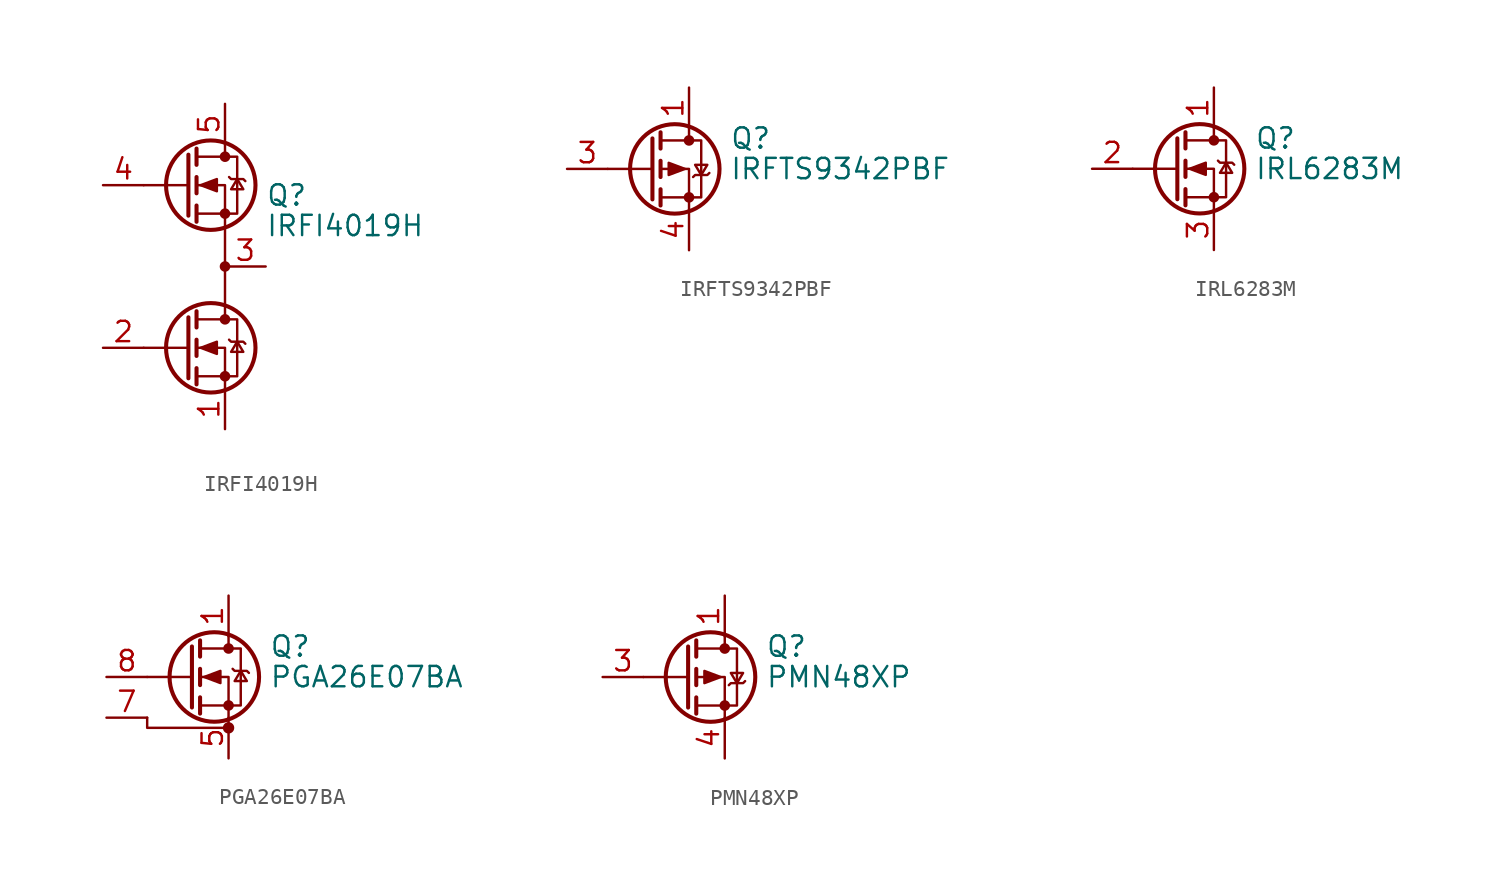
<source format=kicad_sym>
(kicad_symbol_lib
  (version 20241209)
  (generator "kicad_symbol_editor")
  (generator_version "9.0")
  (symbol "IRFI4019H"
    (pin_names
      (hide yes))
    (property "Reference" "Q"
      (at 5.08 4.445 0)
      (effects (font (size 1.27 1.27)) (justify left)))
    (property "Value" "IRFI4019H"
      (at 5.08 2.54 0)
      (effects (font (size 1.27 1.27)) (justify left)))
    (symbol "IRFI4019H_0_1"
      (polyline (pts (xy 0.254 6.985) (xy 0.254 3.175)) (stroke (width 0.254) (type default)) (fill (type none)))
      (polyline (pts (xy 0.254 5.08) (xy -2.54 5.08)) (stroke (width 0) (type default)) (fill (type none)))
      (polyline (pts (xy 0.254 -3.175) (xy 0.254 -6.985)) (stroke (width 0.254) (type default)) (fill (type none)))
      (polyline (pts (xy 0.254 -5.08) (xy -2.54 -5.08)) (stroke (width 0) (type default)) (fill (type none)))
      (polyline (pts (xy 0.762 7.366) (xy 0.762 6.35)) (stroke (width 0.254) (type default)) (fill (type none)))
      (polyline (pts (xy 0.762 5.588) (xy 0.762 4.572)) (stroke (width 0.254) (type default)) (fill (type none)))
      (polyline (pts (xy 0.762 3.81) (xy 0.762 2.794)) (stroke (width 0.254) (type default)) (fill (type none)))
      (polyline (pts (xy 0.762 3.302) (xy 3.302 3.302) (xy 3.302 6.858) (xy 0.762 6.858)) (stroke (width 0) (type default)) (fill (type none)))
      (polyline (pts (xy 0.762 -2.794) (xy 0.762 -3.81)) (stroke (width 0.254) (type default)) (fill (type none)))
      (polyline (pts (xy 0.762 -4.572) (xy 0.762 -5.588)) (stroke (width 0.254) (type default)) (fill (type none)))
      (polyline (pts (xy 0.762 -6.35) (xy 0.762 -7.366)) (stroke (width 0.254) (type default)) (fill (type none)))
      (polyline (pts (xy 0.762 -6.858) (xy 3.302 -6.858) (xy 3.302 -3.302) (xy 0.762 -3.302)) (stroke (width 0) (type default)) (fill (type none)))
      (polyline (pts (xy 1.016 5.08) (xy 2.032 5.461) (xy 2.032 4.699) (xy 1.016 5.08)) (stroke (width 0) (type default)) (fill (type outline)))
      (polyline (pts (xy 1.016 -5.08) (xy 2.032 -4.699) (xy 2.032 -5.461) (xy 1.016 -5.08)) (stroke (width 0) (type default)) (fill (type outline)))
      (circle (center 1.651 5.08) (radius 2.794) (stroke (width 0.254) (type default)) (fill (type none)))
      (circle (center 1.651 -5.08) (radius 2.794) (stroke (width 0.254) (type default)) (fill (type none)))
      (polyline (pts (xy 2.54 7.62) (xy 2.54 6.858)) (stroke (width 0) (type default)) (fill (type none)))
      (circle (center 2.54 6.858) (radius 0.254) (stroke (width 0) (type default)) (fill (type outline)))
      (circle (center 2.54 3.302) (radius 0.254) (stroke (width 0) (type default)) (fill (type outline)))
      (circle (center 2.54 0) (radius 0.254) (stroke (width 0) (type default)) (fill (type outline)))
      (polyline (pts (xy 2.54 -3.302) (xy 2.54 5.08) (xy 0.762 5.08)) (stroke (width 0) (type default)) (fill (type none)))
      (circle (center 2.54 -3.302) (radius 0.254) (stroke (width 0) (type default)) (fill (type outline)))
      (circle (center 2.54 -6.858) (radius 0.254) (stroke (width 0) (type default)) (fill (type outline)))
      (polyline (pts (xy 2.54 -7.62) (xy 2.54 -5.08) (xy 0.762 -5.08)) (stroke (width 0) (type default)) (fill (type none)))
      (polyline (pts (xy 2.794 5.588) (xy 2.921 5.461) (xy 3.683 5.461) (xy 3.81 5.334)) (stroke (width 0) (type default)) (fill (type none)))
      (polyline (pts (xy 2.794 -4.572) (xy 2.921 -4.699) (xy 3.683 -4.699) (xy 3.81 -4.826)) (stroke (width 0) (type default)) (fill (type none)))
      (polyline (pts (xy 3.302 5.461) (xy 2.921 4.826) (xy 3.683 4.826) (xy 3.302 5.461)) (stroke (width 0) (type default)) (fill (type none)))
      (polyline (pts (xy 3.302 -4.699) (xy 2.921 -5.334) (xy 3.683 -5.334) (xy 3.302 -4.699)) (stroke (width 0) (type default)) (fill (type none))))
    (symbol "IRFI4019H_1_1"
      (pin input line (at -5.08 5.08 0) (length 2.54) (name "G1" (effects (font (size 1.27 1.27)))) (number "4" (effects (font (size 1.27 1.27)))))
      (pin input line (at -5.08 -5.08 0) (length 2.54) (name "G2" (effects (font (size 1.27 1.27)))) (number "2" (effects (font (size 1.27 1.27)))))
      (pin passive line (at 2.54 10.16 270) (length 2.54) (name "D1" (effects (font (size 1.27 1.27)))) (number "5" (effects (font (size 1.27 1.27)))))
      (pin passive line (at 2.54 -10.16 90) (length 2.54) (name "S2" (effects (font (size 1.27 1.27)))) (number "1" (effects (font (size 1.27 1.27)))))
      (pin passive line (at 5.08 0 180) (length 2.54) (name "S1/D2" (effects (font (size 1.27 1.27)))) (number "3" (effects (font (size 1.27 1.27)))))))
  (symbol "IRFTS9342PBF"
    (pin_names
      (hide yes))
    (property "Reference" "Q"
      (at 5.08 1.905 0)
      (effects (font (size 1.27 1.27)) (justify left)))
    (property "Value" "IRFTS9342PBF"
      (at 5.08 0 0)
      (effects (font (size 1.27 1.27)) (justify left)))
    (symbol "IRFTS9342PBF_0_1"
      (polyline (pts (xy 0.254 1.905) (xy 0.254 -1.905)) (stroke (width 0.254) (type default)) (fill (type none)))
      (polyline (pts (xy 0.254 0) (xy -2.54 0)) (stroke (width 0) (type default)) (fill (type none)))
      (polyline (pts (xy 0.762 2.286) (xy 0.762 1.27)) (stroke (width 0.254) (type default)) (fill (type none)))
      (polyline (pts (xy 0.762 1.778) (xy 3.302 1.778) (xy 3.302 -1.778) (xy 0.762 -1.778)) (stroke (width 0) (type default)) (fill (type none)))
      (polyline (pts (xy 0.762 0.508) (xy 0.762 -0.508)) (stroke (width 0.254) (type default)) (fill (type none)))
      (polyline (pts (xy 0.762 -1.27) (xy 0.762 -2.286)) (stroke (width 0.254) (type default)) (fill (type none)))
      (circle (center 1.651 0) (radius 2.794) (stroke (width 0.254) (type default)) (fill (type none)))
      (polyline (pts (xy 2.286 0) (xy 1.27 0.381) (xy 1.27 -0.381) (xy 2.286 0)) (stroke (width 0) (type default)) (fill (type outline)))
      (polyline (pts (xy 2.54 2.54) (xy 2.54 1.778)) (stroke (width 0) (type default)) (fill (type none)))
      (circle (center 2.54 1.778) (radius 0.254) (stroke (width 0) (type default)) (fill (type outline)))
      (circle (center 2.54 -1.778) (radius 0.254) (stroke (width 0) (type default)) (fill (type outline)))
      (polyline (pts (xy 2.54 -2.54) (xy 2.54 0) (xy 0.762 0)) (stroke (width 0) (type default)) (fill (type none)))
      (polyline (pts (xy 2.794 -0.508) (xy 2.921 -0.381) (xy 3.683 -0.381) (xy 3.81 -0.254)) (stroke (width 0) (type default)) (fill (type none)))
      (polyline (pts (xy 3.302 -0.381) (xy 2.921 0.254) (xy 3.683 0.254) (xy 3.302 -0.381)) (stroke (width 0) (type default)) (fill (type none))))
    (symbol "IRFTS9342PBF_1_1"
      (pin input line (at -5.08 0 0) (length 2.54) (name "G" (effects (font (size 1.27 1.27)))) (number "3" (effects (font (size 1.27 1.27)))))
      (pin passive line (at 2.54 5.08 270) (length 2.54) (name "D" (effects (font (size 1.27 1.27)))) (number "1" (effects (font (size 1.27 1.27)))))
      (pin passive line (at 2.54 5.08 270) (length 2.54) (hide yes) (name "D" (effects (font (size 1.27 1.27)))) (number "2" (effects (font (size 1.27 1.27)))))
      (pin passive line (at 2.54 5.08 270) (length 2.54) (hide yes) (name "D" (effects (font (size 1.27 1.27)))) (number "5" (effects (font (size 1.27 1.27)))))
      (pin passive line (at 2.54 5.08 270) (length 2.54) (hide yes) (name "D" (effects (font (size 1.27 1.27)))) (number "6" (effects (font (size 1.27 1.27)))))
      (pin passive line (at 2.54 -5.08 90) (length 2.54) (name "S" (effects (font (size 1.27 1.27)))) (number "4" (effects (font (size 1.27 1.27)))))))
  (symbol "IRL6283M"
    (pin_names
      (hide yes))
    (property "Reference" "Q"
      (at 5.08 1.905 0)
      (effects (font (size 1.27 1.27)) (justify left)))
    (property "Value" "IRL6283M"
      (at 5.08 0 0)
      (effects (font (size 1.27 1.27)) (justify left)))
    (symbol "IRL6283M_0_1"
      (polyline (pts (xy 0.254 1.905) (xy 0.254 -1.905)) (stroke (width 0.254) (type default)) (fill (type none)))
      (polyline (pts (xy 0.254 0) (xy -2.54 0)) (stroke (width 0) (type default)) (fill (type none)))
      (polyline (pts (xy 0.762 2.286) (xy 0.762 1.27)) (stroke (width 0.254) (type default)) (fill (type none)))
      (polyline (pts (xy 0.762 0.508) (xy 0.762 -0.508)) (stroke (width 0.254) (type default)) (fill (type none)))
      (polyline (pts (xy 0.762 -1.27) (xy 0.762 -2.286)) (stroke (width 0.254) (type default)) (fill (type none)))
      (polyline (pts (xy 0.762 -1.778) (xy 3.302 -1.778) (xy 3.302 1.778) (xy 0.762 1.778)) (stroke (width 0) (type default)) (fill (type none)))
      (polyline (pts (xy 1.016 0) (xy 2.032 0.381) (xy 2.032 -0.381) (xy 1.016 0)) (stroke (width 0) (type default)) (fill (type outline)))
      (circle (center 1.651 0) (radius 2.794) (stroke (width 0.254) (type default)) (fill (type none)))
      (polyline (pts (xy 2.54 2.54) (xy 2.54 1.778)) (stroke (width 0) (type default)) (fill (type none)))
      (circle (center 2.54 1.778) (radius 0.254) (stroke (width 0) (type default)) (fill (type outline)))
      (circle (center 2.54 -1.778) (radius 0.254) (stroke (width 0) (type default)) (fill (type outline)))
      (polyline (pts (xy 2.54 -2.54) (xy 2.54 0) (xy 0.762 0)) (stroke (width 0) (type default)) (fill (type none)))
      (polyline (pts (xy 2.794 0.508) (xy 2.921 0.381) (xy 3.683 0.381) (xy 3.81 0.254)) (stroke (width 0) (type default)) (fill (type none)))
      (polyline (pts (xy 3.302 0.381) (xy 2.921 -0.254) (xy 3.683 -0.254) (xy 3.302 0.381)) (stroke (width 0) (type default)) (fill (type none))))
    (symbol "IRL6283M_1_1"
      (pin input line (at -5.08 0 0) (length 2.54) (name "G" (effects (font (size 1.27 1.27)))) (number "2" (effects (font (size 1.27 1.27)))))
      (pin passive line (at 2.54 5.08 270) (length 2.54) (name "D" (effects (font (size 1.27 1.27)))) (number "1" (effects (font (size 1.27 1.27)))))
      (pin passive line (at 2.54 -5.08 90) (length 2.54) (name "S" (effects (font (size 1.27 1.27)))) (number "3" (effects (font (size 1.27 1.27)))))))
  (symbol "PGA26E07BA"
    (pin_names
      (hide yes))
    (property "Reference" "Q"
      (at 5.08 1.905 0)
      (effects (font (size 1.27 1.27)) (justify left)))
    (property "Value" "PGA26E07BA"
      (at 5.08 0 0)
      (effects (font (size 1.27 1.27)) (justify left)))
    (symbol "PGA26E07BA_0_1"
      (polyline (pts (xy -2.54 -2.54) (xy -2.54 -3.175) (xy 2.54 -3.175)) (stroke (width 0) (type default)) (fill (type none)))
      (polyline (pts (xy 0.254 1.905) (xy 0.254 -1.905)) (stroke (width 0.254) (type default)) (fill (type none)))
      (polyline (pts (xy 0.254 0) (xy -2.54 0)) (stroke (width 0) (type default)) (fill (type none)))
      (polyline (pts (xy 0.762 2.286) (xy 0.762 1.27)) (stroke (width 0.254) (type default)) (fill (type none)))
      (polyline (pts (xy 0.762 0.508) (xy 0.762 -0.508)) (stroke (width 0.254) (type default)) (fill (type none)))
      (polyline (pts (xy 0.762 -1.27) (xy 0.762 -2.286)) (stroke (width 0.254) (type default)) (fill (type none)))
      (polyline (pts (xy 0.762 -1.778) (xy 3.302 -1.778) (xy 3.302 1.778) (xy 0.762 1.778)) (stroke (width 0) (type default)) (fill (type none)))
      (polyline (pts (xy 1.016 0) (xy 2.032 0.381) (xy 2.032 -0.381) (xy 1.016 0)) (stroke (width 0) (type default)) (fill (type outline)))
      (circle (center 1.651 0) (radius 2.794) (stroke (width 0.254) (type default)) (fill (type none)))
      (polyline (pts (xy 2.54 2.54) (xy 2.54 1.778)) (stroke (width 0) (type default)) (fill (type none)))
      (circle (center 2.54 1.778) (radius 0.254) (stroke (width 0) (type default)) (fill (type outline)))
      (circle (center 2.54 -1.778) (radius 0.254) (stroke (width 0) (type default)) (fill (type outline)))
      (polyline (pts (xy 2.54 -2.54) (xy 2.54 0) (xy 0.762 0)) (stroke (width 0) (type default)) (fill (type none)))
      (circle (center 2.54 -3.175) (radius 0.279) (stroke (width 0) (type default)) (fill (type outline)))
      (polyline (pts (xy 2.794 0.508) (xy 2.921 0.381) (xy 3.683 0.381) (xy 3.81 0.254)) (stroke (width 0) (type default)) (fill (type none)))
      (polyline (pts (xy 3.302 0.381) (xy 2.921 -0.254) (xy 3.683 -0.254) (xy 3.302 0.381)) (stroke (width 0) (type default)) (fill (type none))))
    (symbol "PGA26E07BA_1_1"
      (pin input line (at -5.08 0 0) (length 2.54) (name "G" (effects (font (size 1.27 1.27)))) (number "8" (effects (font (size 1.27 1.27)))))
      (pin passive line (at -5.08 -2.54 0) (length 2.54) (name "S1" (effects (font (size 1.27 1.27)))) (number "7" (effects (font (size 1.27 1.27)))))
      (pin passive line (at 2.54 5.08 270) (length 2.54) (name "D" (effects (font (size 1.27 1.27)))) (number "1" (effects (font (size 1.27 1.27)))))
      (pin passive line (at 2.54 5.08 270) (length 2.54) (hide yes) (name "D" (effects (font (size 1.27 1.27)))) (number "2" (effects (font (size 1.27 1.27)))))
      (pin passive line (at 2.54 5.08 270) (length 2.54) (hide yes) (name "D" (effects (font (size 1.27 1.27)))) (number "3" (effects (font (size 1.27 1.27)))))
      (pin passive line (at 2.54 5.08 270) (length 2.54) (hide yes) (name "D" (effects (font (size 1.27 1.27)))) (number "4" (effects (font (size 1.27 1.27)))))
      (pin passive line (at 2.54 -5.08 90) (length 2.54) (name "S2" (effects (font (size 1.27 1.27)))) (number "5" (effects (font (size 1.27 1.27)))))
      (pin passive line (at 2.54 -5.08 90) (length 2.54) (hide yes) (name "S2" (effects (font (size 1.27 1.27)))) (number "6" (effects (font (size 1.27 1.27)))))
      (pin passive line (at 2.54 -5.08 90) (length 2.54) (hide yes) (name "S2" (effects (font (size 1.27 1.27)))) (number "9" (effects (font (size 1.27 1.27)))))))
  (symbol "PMN48XP"
    (pin_names
      (hide yes))
    (property "Reference" "Q"
      (at 5.08 1.905 0)
      (effects (font (size 1.27 1.27)) (justify left)))
    (property "Value" "PMN48XP"
      (at 5.08 0 0)
      (effects (font (size 1.27 1.27)) (justify left)))
    (symbol "PMN48XP_0_1"
      (polyline (pts (xy 0.254 1.905) (xy 0.254 -1.905)) (stroke (width 0.254) (type default)) (fill (type none)))
      (polyline (pts (xy 0.254 0) (xy -2.54 0)) (stroke (width 0) (type default)) (fill (type none)))
      (polyline (pts (xy 0.762 2.286) (xy 0.762 1.27)) (stroke (width 0.254) (type default)) (fill (type none)))
      (polyline (pts (xy 0.762 1.778) (xy 3.302 1.778) (xy 3.302 -1.778) (xy 0.762 -1.778)) (stroke (width 0) (type default)) (fill (type none)))
      (polyline (pts (xy 0.762 0.508) (xy 0.762 -0.508)) (stroke (width 0.254) (type default)) (fill (type none)))
      (polyline (pts (xy 0.762 -1.27) (xy 0.762 -2.286)) (stroke (width 0.254) (type default)) (fill (type none)))
      (circle (center 1.651 0) (radius 2.794) (stroke (width 0.254) (type default)) (fill (type none)))
      (polyline (pts (xy 2.286 0) (xy 1.27 0.381) (xy 1.27 -0.381) (xy 2.286 0)) (stroke (width 0) (type default)) (fill (type outline)))
      (polyline (pts (xy 2.54 2.54) (xy 2.54 1.778)) (stroke (width 0) (type default)) (fill (type none)))
      (circle (center 2.54 1.778) (radius 0.254) (stroke (width 0) (type default)) (fill (type outline)))
      (circle (center 2.54 -1.778) (radius 0.254) (stroke (width 0) (type default)) (fill (type outline)))
      (polyline (pts (xy 2.54 -2.54) (xy 2.54 0) (xy 0.762 0)) (stroke (width 0) (type default)) (fill (type none)))
      (polyline (pts (xy 2.794 -0.508) (xy 2.921 -0.381) (xy 3.683 -0.381) (xy 3.81 -0.254)) (stroke (width 0) (type default)) (fill (type none)))
      (polyline (pts (xy 3.302 -0.381) (xy 2.921 0.254) (xy 3.683 0.254) (xy 3.302 -0.381)) (stroke (width 0) (type default)) (fill (type none))))
    (symbol "PMN48XP_1_1"
      (pin passive line (at -5.08 0 0) (length 2.54) (name "G" (effects (font (size 1.27 1.27)))) (number "3" (effects (font (size 1.27 1.27)))))
      (pin passive line (at 2.54 5.08 270) (length 2.54) (name "D" (effects (font (size 1.27 1.27)))) (number "1" (effects (font (size 1.27 1.27)))))
      (pin passive line (at 2.54 5.08 270) (length 2.54) (hide yes) (name "D" (effects (font (size 1.27 1.27)))) (number "2" (effects (font (size 1.27 1.27)))))
      (pin passive line (at 2.54 5.08 270) (length 2.54) (hide yes) (name "D" (effects (font (size 1.27 1.27)))) (number "5" (effects (font (size 1.27 1.27)))))
      (pin passive line (at 2.54 5.08 270) (length 2.54) (hide yes) (name "D" (effects (font (size 1.27 1.27)))) (number "6" (effects (font (size 1.27 1.27)))))
      (pin passive line (at 2.54 -5.08 90) (length 2.54) (name "S" (effects (font (size 1.27 1.27)))) (number "4" (effects (font (size 1.27 1.27))))))))
</source>
